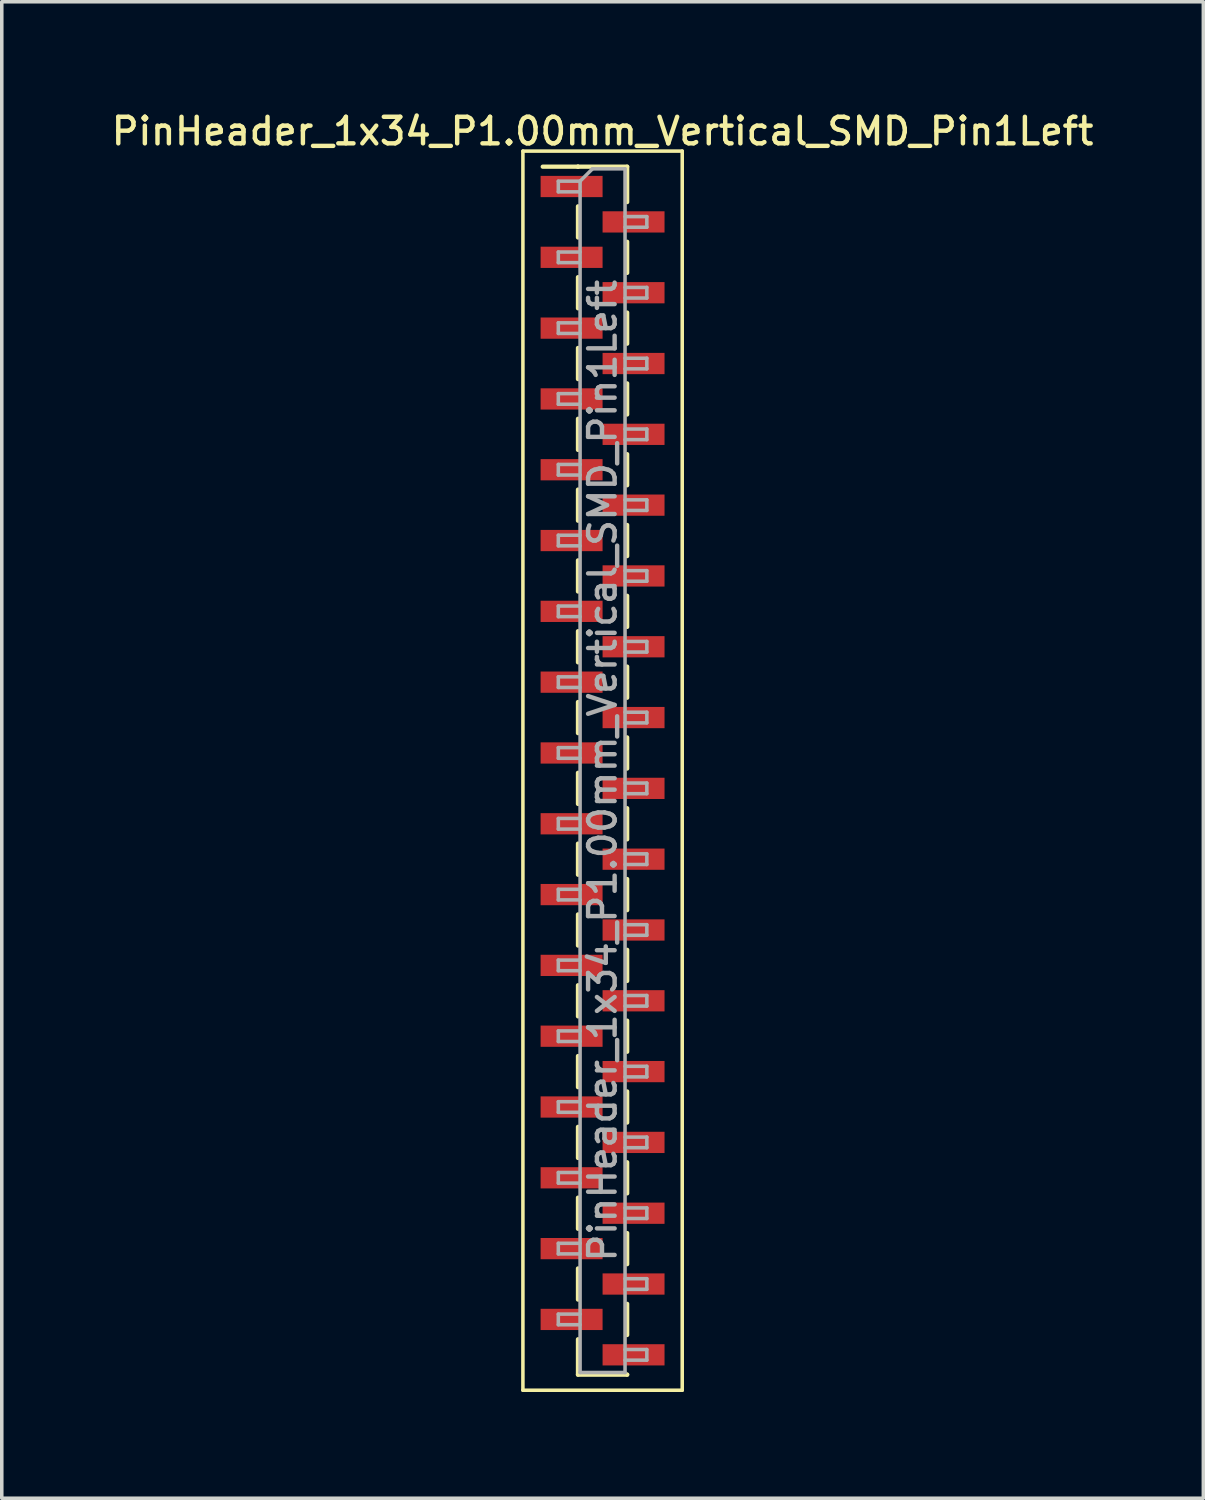
<source format=kicad_pcb>
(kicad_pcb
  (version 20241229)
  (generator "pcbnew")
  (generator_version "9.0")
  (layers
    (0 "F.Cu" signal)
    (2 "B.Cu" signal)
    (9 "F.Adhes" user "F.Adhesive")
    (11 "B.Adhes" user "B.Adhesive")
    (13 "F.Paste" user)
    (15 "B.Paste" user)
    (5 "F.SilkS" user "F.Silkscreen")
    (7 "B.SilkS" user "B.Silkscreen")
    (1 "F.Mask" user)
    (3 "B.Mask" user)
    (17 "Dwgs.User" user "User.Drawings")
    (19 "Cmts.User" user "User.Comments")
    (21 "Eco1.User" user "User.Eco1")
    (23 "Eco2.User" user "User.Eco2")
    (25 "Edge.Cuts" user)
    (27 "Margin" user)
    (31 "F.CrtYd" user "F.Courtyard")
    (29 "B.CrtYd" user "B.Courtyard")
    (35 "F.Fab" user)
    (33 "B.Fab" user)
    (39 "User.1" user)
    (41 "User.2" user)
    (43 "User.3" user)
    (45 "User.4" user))
  (footprint "PinHeader_1x34_P1.00mm_Vertical_SMD_Pin1Left"
    (layer "F.Cu")
    (at 13.97 18.718)
    (property "Reference" "PinHeader_1x34_P1.00mm_Vertical_SMD_Pin1Left" (at 0 -18.06 0) (layer "F.SilkS") (effects (font (size 0.75 0.75) (thickness 0.125))))
    (attr smd)
    (fp_line (start -2.25 -17.5) (end -2.25 17.5) (stroke (width 0.1) (type solid)) (layer "F.SilkS"))
    (fp_line (start -2.25 17.5) (end 2.25 17.5) (stroke (width 0.1) (type solid)) (layer "F.SilkS"))
    (fp_line (start -0.695 -17.06) (end -1.69 -17.06) (stroke (width 0.12) (type solid)) (layer "F.SilkS"))
    (fp_line (start -0.695 -17.06) (end -0.695 -17.06) (stroke (width 0.12) (type solid)) (layer "F.SilkS"))
    (fp_line (start -0.695 -17.06) (end 0.695 -17.06) (stroke (width 0.12) (type solid)) (layer "F.SilkS"))
    (fp_line (start -0.695 -15.94) (end -0.695 -15.06) (stroke (width 0.12) (type solid)) (layer "F.SilkS"))
    (fp_line (start -0.695 -13.94) (end -0.695 -13.06) (stroke (width 0.12) (type solid)) (layer "F.SilkS"))
    (fp_line (start -0.695 -11.94) (end -0.695 -11.06) (stroke (width 0.12) (type solid)) (layer "F.SilkS"))
    (fp_line (start -0.695 -9.94) (end -0.695 -9.06) (stroke (width 0.12) (type solid)) (layer "F.SilkS"))
    (fp_line (start -0.695 -7.94) (end -0.695 -7.06) (stroke (width 0.12) (type solid)) (layer "F.SilkS"))
    (fp_line (start -0.695 -5.94) (end -0.695 -5.06) (stroke (width 0.12) (type solid)) (layer "F.SilkS"))
    (fp_line (start -0.695 -3.94) (end -0.695 -3.06) (stroke (width 0.12) (type solid)) (layer "F.SilkS"))
    (fp_line (start -0.695 -1.94) (end -0.695 -1.06) (stroke (width 0.12) (type solid)) (layer "F.SilkS"))
    (fp_line (start -0.695 0.06) (end -0.695 0.94) (stroke (width 0.12) (type solid)) (layer "F.SilkS"))
    (fp_line (start -0.695 2.06) (end -0.695 2.94) (stroke (width 0.12) (type solid)) (layer "F.SilkS"))
    (fp_line (start -0.695 4.06) (end -0.695 4.94) (stroke (width 0.12) (type solid)) (layer "F.SilkS"))
    (fp_line (start -0.695 6.06) (end -0.695 6.94) (stroke (width 0.12) (type solid)) (layer "F.SilkS"))
    (fp_line (start -0.695 8.06) (end -0.695 8.94) (stroke (width 0.12) (type solid)) (layer "F.SilkS"))
    (fp_line (start -0.695 10.06) (end -0.695 10.94) (stroke (width 0.12) (type solid)) (layer "F.SilkS"))
    (fp_line (start -0.695 12.06) (end -0.695 12.94) (stroke (width 0.12) (type solid)) (layer "F.SilkS"))
    (fp_line (start -0.695 14.06) (end -0.695 14.94) (stroke (width 0.12) (type solid)) (layer "F.SilkS"))
    (fp_line (start -0.695 16.06) (end -0.695 17.06) (stroke (width 0.12) (type solid)) (layer "F.SilkS"))
    (fp_line (start -0.695 17.06) (end 0.695 17.06) (stroke (width 0.12) (type solid)) (layer "F.SilkS"))
    (fp_line (start 0.695 -17.06) (end 0.695 -16.06) (stroke (width 0.12) (type solid)) (layer "F.SilkS"))
    (fp_line (start 0.695 -14.94) (end 0.695 -14.06) (stroke (width 0.12) (type solid)) (layer "F.SilkS"))
    (fp_line (start 0.695 -12.94) (end 0.695 -12.06) (stroke (width 0.12) (type solid)) (layer "F.SilkS"))
    (fp_line (start 0.695 -10.94) (end 0.695 -10.06) (stroke (width 0.12) (type solid)) (layer "F.SilkS"))
    (fp_line (start 0.695 -8.94) (end 0.695 -8.06) (stroke (width 0.12) (type solid)) (layer "F.SilkS"))
    (fp_line (start 0.695 -6.94) (end 0.695 -6.06) (stroke (width 0.12) (type solid)) (layer "F.SilkS"))
    (fp_line (start 0.695 -4.94) (end 0.695 -4.06) (stroke (width 0.12) (type solid)) (layer "F.SilkS"))
    (fp_line (start 0.695 -2.94) (end 0.695 -2.06) (stroke (width 0.12) (type solid)) (layer "F.SilkS"))
    (fp_line (start 0.695 -0.94) (end 0.695 -0.06) (stroke (width 0.12) (type solid)) (layer "F.SilkS"))
    (fp_line (start 0.695 1.06) (end 0.695 1.94) (stroke (width 0.12) (type solid)) (layer "F.SilkS"))
    (fp_line (start 0.695 3.06) (end 0.695 3.94) (stroke (width 0.12) (type solid)) (layer "F.SilkS"))
    (fp_line (start 0.695 5.06) (end 0.695 5.94) (stroke (width 0.12) (type solid)) (layer "F.SilkS"))
    (fp_line (start 0.695 7.06) (end 0.695 7.94) (stroke (width 0.12) (type solid)) (layer "F.SilkS"))
    (fp_line (start 0.695 9.06) (end 0.695 9.94) (stroke (width 0.12) (type solid)) (layer "F.SilkS"))
    (fp_line (start 0.695 11.06) (end 0.695 11.94) (stroke (width 0.12) (type solid)) (layer "F.SilkS"))
    (fp_line (start 0.695 13.06) (end 0.695 13.94) (stroke (width 0.12) (type solid)) (layer "F.SilkS"))
    (fp_line (start 0.695 15.06) (end 0.695 15.94) (stroke (width 0.12) (type solid)) (layer "F.SilkS"))
    (fp_line (start 0.695 17.06) (end 0.695 17.06) (stroke (width 0.12) (type solid)) (layer "F.SilkS"))
    (fp_line (start 2.25 -17.5) (end -2.25 -17.5) (stroke (width 0.1) (type solid)) (layer "F.SilkS"))
    (fp_line (start 2.25 17.5) (end 2.25 -17.5) (stroke (width 0.1) (type solid)) (layer "F.SilkS"))
    (fp_line (start -1.25 -16.65) (end -1.25 -16.35) (stroke (width 0.1) (type solid)) (layer "F.Fab"))
    (fp_line (start -1.25 -16.35) (end -0.635 -16.35) (stroke (width 0.1) (type solid)) (layer "F.Fab"))
    (fp_line (start -1.25 -14.65) (end -1.25 -14.35) (stroke (width 0.1) (type solid)) (layer "F.Fab"))
    (fp_line (start -1.25 -14.35) (end -0.635 -14.35) (stroke (width 0.1) (type solid)) (layer "F.Fab"))
    (fp_line (start -1.25 -12.65) (end -1.25 -12.35) (stroke (width 0.1) (type solid)) (layer "F.Fab"))
    (fp_line (start -1.25 -12.35) (end -0.635 -12.35) (stroke (width 0.1) (type solid)) (layer "F.Fab"))
    (fp_line (start -1.25 -10.65) (end -1.25 -10.35) (stroke (width 0.1) (type solid)) (layer "F.Fab"))
    (fp_line (start -1.25 -10.35) (end -0.635 -10.35) (stroke (width 0.1) (type solid)) (layer "F.Fab"))
    (fp_line (start -1.25 -8.65) (end -1.25 -8.35) (stroke (width 0.1) (type solid)) (layer "F.Fab"))
    (fp_line (start -1.25 -8.35) (end -0.635 -8.35) (stroke (width 0.1) (type solid)) (layer "F.Fab"))
    (fp_line (start -1.25 -6.65) (end -1.25 -6.35) (stroke (width 0.1) (type solid)) (layer "F.Fab"))
    (fp_line (start -1.25 -6.35) (end -0.635 -6.35) (stroke (width 0.1) (type solid)) (layer "F.Fab"))
    (fp_line (start -1.25 -4.65) (end -1.25 -4.35) (stroke (width 0.1) (type solid)) (layer "F.Fab"))
    (fp_line (start -1.25 -4.35) (end -0.635 -4.35) (stroke (width 0.1) (type solid)) (layer "F.Fab"))
    (fp_line (start -1.25 -2.65) (end -1.25 -2.35) (stroke (width 0.1) (type solid)) (layer "F.Fab"))
    (fp_line (start -1.25 -2.35) (end -0.635 -2.35) (stroke (width 0.1) (type solid)) (layer "F.Fab"))
    (fp_line (start -1.25 -0.65) (end -1.25 -0.35) (stroke (width 0.1) (type solid)) (layer "F.Fab"))
    (fp_line (start -1.25 -0.35) (end -0.635 -0.35) (stroke (width 0.1) (type solid)) (layer "F.Fab"))
    (fp_line (start -1.25 1.35) (end -1.25 1.65) (stroke (width 0.1) (type solid)) (layer "F.Fab"))
    (fp_line (start -1.25 1.65) (end -0.635 1.65) (stroke (width 0.1) (type solid)) (layer "F.Fab"))
    (fp_line (start -1.25 3.35) (end -1.25 3.65) (stroke (width 0.1) (type solid)) (layer "F.Fab"))
    (fp_line (start -1.25 3.65) (end -0.635 3.65) (stroke (width 0.1) (type solid)) (layer "F.Fab"))
    (fp_line (start -1.25 5.35) (end -1.25 5.65) (stroke (width 0.1) (type solid)) (layer "F.Fab"))
    (fp_line (start -1.25 5.65) (end -0.635 5.65) (stroke (width 0.1) (type solid)) (layer "F.Fab"))
    (fp_line (start -1.25 7.35) (end -1.25 7.65) (stroke (width 0.1) (type solid)) (layer "F.Fab"))
    (fp_line (start -1.25 7.65) (end -0.635 7.65) (stroke (width 0.1) (type solid)) (layer "F.Fab"))
    (fp_line (start -1.25 9.35) (end -1.25 9.65) (stroke (width 0.1) (type solid)) (layer "F.Fab"))
    (fp_line (start -1.25 9.65) (end -0.635 9.65) (stroke (width 0.1) (type solid)) (layer "F.Fab"))
    (fp_line (start -1.25 11.35) (end -1.25 11.65) (stroke (width 0.1) (type solid)) (layer "F.Fab"))
    (fp_line (start -1.25 11.65) (end -0.635 11.65) (stroke (width 0.1) (type solid)) (layer "F.Fab"))
    (fp_line (start -1.25 13.35) (end -1.25 13.65) (stroke (width 0.1) (type solid)) (layer "F.Fab"))
    (fp_line (start -1.25 13.65) (end -0.635 13.65) (stroke (width 0.1) (type solid)) (layer "F.Fab"))
    (fp_line (start -1.25 15.35) (end -1.25 15.65) (stroke (width 0.1) (type solid)) (layer "F.Fab"))
    (fp_line (start -1.25 15.65) (end -0.635 15.65) (stroke (width 0.1) (type solid)) (layer "F.Fab"))
    (fp_line (start -0.635 -16.65) (end -1.25 -16.65) (stroke (width 0.1) (type solid)) (layer "F.Fab"))
    (fp_line (start -0.635 -16.65) (end -0.285 -17) (stroke (width 0.1) (type solid)) (layer "F.Fab"))
    (fp_line (start -0.635 -14.65) (end -1.25 -14.65) (stroke (width 0.1) (type solid)) (layer "F.Fab"))
    (fp_line (start -0.635 -12.65) (end -1.25 -12.65) (stroke (width 0.1) (type solid)) (layer "F.Fab"))
    (fp_line (start -0.635 -10.65) (end -1.25 -10.65) (stroke (width 0.1) (type solid)) (layer "F.Fab"))
    (fp_line (start -0.635 -8.65) (end -1.25 -8.65) (stroke (width 0.1) (type solid)) (layer "F.Fab"))
    (fp_line (start -0.635 -6.65) (end -1.25 -6.65) (stroke (width 0.1) (type solid)) (layer "F.Fab"))
    (fp_line (start -0.635 -4.65) (end -1.25 -4.65) (stroke (width 0.1) (type solid)) (layer "F.Fab"))
    (fp_line (start -0.635 -2.65) (end -1.25 -2.65) (stroke (width 0.1) (type solid)) (layer "F.Fab"))
    (fp_line (start -0.635 -0.65) (end -1.25 -0.65) (stroke (width 0.1) (type solid)) (layer "F.Fab"))
    (fp_line (start -0.635 1.35) (end -1.25 1.35) (stroke (width 0.1) (type solid)) (layer "F.Fab"))
    (fp_line (start -0.635 3.35) (end -1.25 3.35) (stroke (width 0.1) (type solid)) (layer "F.Fab"))
    (fp_line (start -0.635 5.35) (end -1.25 5.35) (stroke (width 0.1) (type solid)) (layer "F.Fab"))
    (fp_line (start -0.635 7.35) (end -1.25 7.35) (stroke (width 0.1) (type solid)) (layer "F.Fab"))
    (fp_line (start -0.635 9.35) (end -1.25 9.35) (stroke (width 0.1) (type solid)) (layer "F.Fab"))
    (fp_line (start -0.635 11.35) (end -1.25 11.35) (stroke (width 0.1) (type solid)) (layer "F.Fab"))
    (fp_line (start -0.635 13.35) (end -1.25 13.35) (stroke (width 0.1) (type solid)) (layer "F.Fab"))
    (fp_line (start -0.635 15.35) (end -1.25 15.35) (stroke (width 0.1) (type solid)) (layer "F.Fab"))
    (fp_line (start -0.635 17) (end -0.635 -16.65) (stroke (width 0.1) (type solid)) (layer "F.Fab"))
    (fp_line (start -0.285 -17) (end 0.635 -17) (stroke (width 0.1) (type solid)) (layer "F.Fab"))
    (fp_line (start 0.635 -17) (end 0.635 17) (stroke (width 0.1) (type solid)) (layer "F.Fab"))
    (fp_line (start 0.635 -15.65) (end 1.25 -15.65) (stroke (width 0.1) (type solid)) (layer "F.Fab"))
    (fp_line (start 0.635 -13.65) (end 1.25 -13.65) (stroke (width 0.1) (type solid)) (layer "F.Fab"))
    (fp_line (start 0.635 -11.65) (end 1.25 -11.65) (stroke (width 0.1) (type solid)) (layer "F.Fab"))
    (fp_line (start 0.635 -9.65) (end 1.25 -9.65) (stroke (width 0.1) (type solid)) (layer "F.Fab"))
    (fp_line (start 0.635 -7.65) (end 1.25 -7.65) (stroke (width 0.1) (type solid)) (layer "F.Fab"))
    (fp_line (start 0.635 -5.65) (end 1.25 -5.65) (stroke (width 0.1) (type solid)) (layer "F.Fab"))
    (fp_line (start 0.635 -3.65) (end 1.25 -3.65) (stroke (width 0.1) (type solid)) (layer "F.Fab"))
    (fp_line (start 0.635 -1.65) (end 1.25 -1.65) (stroke (width 0.1) (type solid)) (layer "F.Fab"))
    (fp_line (start 0.635 0.35) (end 1.25 0.35) (stroke (width 0.1) (type solid)) (layer "F.Fab"))
    (fp_line (start 0.635 2.35) (end 1.25 2.35) (stroke (width 0.1) (type solid)) (layer "F.Fab"))
    (fp_line (start 0.635 4.35) (end 1.25 4.35) (stroke (width 0.1) (type solid)) (layer "F.Fab"))
    (fp_line (start 0.635 6.35) (end 1.25 6.35) (stroke (width 0.1) (type solid)) (layer "F.Fab"))
    (fp_line (start 0.635 8.35) (end 1.25 8.35) (stroke (width 0.1) (type solid)) (layer "F.Fab"))
    (fp_line (start 0.635 10.35) (end 1.25 10.35) (stroke (width 0.1) (type solid)) (layer "F.Fab"))
    (fp_line (start 0.635 12.35) (end 1.25 12.35) (stroke (width 0.1) (type solid)) (layer "F.Fab"))
    (fp_line (start 0.635 14.35) (end 1.25 14.35) (stroke (width 0.1) (type solid)) (layer "F.Fab"))
    (fp_line (start 0.635 16.35) (end 1.25 16.35) (stroke (width 0.1) (type solid)) (layer "F.Fab"))
    (fp_line (start 0.635 17) (end -0.635 17) (stroke (width 0.1) (type solid)) (layer "F.Fab"))
    (fp_line (start 1.25 -15.65) (end 1.25 -15.35) (stroke (width 0.1) (type solid)) (layer "F.Fab"))
    (fp_line (start 1.25 -15.35) (end 0.635 -15.35) (stroke (width 0.1) (type solid)) (layer "F.Fab"))
    (fp_line (start 1.25 -13.65) (end 1.25 -13.35) (stroke (width 0.1) (type solid)) (layer "F.Fab"))
    (fp_line (start 1.25 -13.35) (end 0.635 -13.35) (stroke (width 0.1) (type solid)) (layer "F.Fab"))
    (fp_line (start 1.25 -11.65) (end 1.25 -11.35) (stroke (width 0.1) (type solid)) (layer "F.Fab"))
    (fp_line (start 1.25 -11.35) (end 0.635 -11.35) (stroke (width 0.1) (type solid)) (layer "F.Fab"))
    (fp_line (start 1.25 -9.65) (end 1.25 -9.35) (stroke (width 0.1) (type solid)) (layer "F.Fab"))
    (fp_line (start 1.25 -9.35) (end 0.635 -9.35) (stroke (width 0.1) (type solid)) (layer "F.Fab"))
    (fp_line (start 1.25 -7.65) (end 1.25 -7.35) (stroke (width 0.1) (type solid)) (layer "F.Fab"))
    (fp_line (start 1.25 -7.35) (end 0.635 -7.35) (stroke (width 0.1) (type solid)) (layer "F.Fab"))
    (fp_line (start 1.25 -5.65) (end 1.25 -5.35) (stroke (width 0.1) (type solid)) (layer "F.Fab"))
    (fp_line (start 1.25 -5.35) (end 0.635 -5.35) (stroke (width 0.1) (type solid)) (layer "F.Fab"))
    (fp_line (start 1.25 -3.65) (end 1.25 -3.35) (stroke (width 0.1) (type solid)) (layer "F.Fab"))
    (fp_line (start 1.25 -3.35) (end 0.635 -3.35) (stroke (width 0.1) (type solid)) (layer "F.Fab"))
    (fp_line (start 1.25 -1.65) (end 1.25 -1.35) (stroke (width 0.1) (type solid)) (layer "F.Fab"))
    (fp_line (start 1.25 -1.35) (end 0.635 -1.35) (stroke (width 0.1) (type solid)) (layer "F.Fab"))
    (fp_line (start 1.25 0.35) (end 1.25 0.65) (stroke (width 0.1) (type solid)) (layer "F.Fab"))
    (fp_line (start 1.25 0.65) (end 0.635 0.65) (stroke (width 0.1) (type solid)) (layer "F.Fab"))
    (fp_line (start 1.25 2.35) (end 1.25 2.65) (stroke (width 0.1) (type solid)) (layer "F.Fab"))
    (fp_line (start 1.25 2.65) (end 0.635 2.65) (stroke (width 0.1) (type solid)) (layer "F.Fab"))
    (fp_line (start 1.25 4.35) (end 1.25 4.65) (stroke (width 0.1) (type solid)) (layer "F.Fab"))
    (fp_line (start 1.25 4.65) (end 0.635 4.65) (stroke (width 0.1) (type solid)) (layer "F.Fab"))
    (fp_line (start 1.25 6.35) (end 1.25 6.65) (stroke (width 0.1) (type solid)) (layer "F.Fab"))
    (fp_line (start 1.25 6.65) (end 0.635 6.65) (stroke (width 0.1) (type solid)) (layer "F.Fab"))
    (fp_line (start 1.25 8.35) (end 1.25 8.65) (stroke (width 0.1) (type solid)) (layer "F.Fab"))
    (fp_line (start 1.25 8.65) (end 0.635 8.65) (stroke (width 0.1) (type solid)) (layer "F.Fab"))
    (fp_line (start 1.25 10.35) (end 1.25 10.65) (stroke (width 0.1) (type solid)) (layer "F.Fab"))
    (fp_line (start 1.25 10.65) (end 0.635 10.65) (stroke (width 0.1) (type solid)) (layer "F.Fab"))
    (fp_line (start 1.25 12.35) (end 1.25 12.65) (stroke (width 0.1) (type solid)) (layer "F.Fab"))
    (fp_line (start 1.25 12.65) (end 0.635 12.65) (stroke (width 0.1) (type solid)) (layer "F.Fab"))
    (fp_line (start 1.25 14.35) (end 1.25 14.65) (stroke (width 0.1) (type solid)) (layer "F.Fab"))
    (fp_line (start 1.25 14.65) (end 0.635 14.65) (stroke (width 0.1) (type solid)) (layer "F.Fab"))
    (fp_line (start 1.25 16.35) (end 1.25 16.65) (stroke (width 0.1) (type solid)) (layer "F.Fab"))
    (fp_line (start 1.25 16.65) (end 0.635 16.65) (stroke (width 0.1) (type solid)) (layer "F.Fab"))
    (fp_text user "${REFERENCE}" (at 0 0 90) (layer "F.Fab") (effects (font (size 0.75 0.75) (thickness 0.125))))
    (pad "1" smd rect (at -0.875 -16.5) (size 1.75 0.6) (layers "F.Cu" "F.Mask" "F.Paste"))
    (pad "2" smd rect (at 0.875 -15.5) (size 1.75 0.6) (layers "F.Cu" "F.Mask" "F.Paste"))
    (pad "3" smd rect (at -0.875 -14.5) (size 1.75 0.6) (layers "F.Cu" "F.Mask" "F.Paste"))
    (pad "4" smd rect (at 0.875 -13.5) (size 1.75 0.6) (layers "F.Cu" "F.Mask" "F.Paste"))
    (pad "5" smd rect (at -0.875 -12.5) (size 1.75 0.6) (layers "F.Cu" "F.Mask" "F.Paste"))
    (pad "6" smd rect (at 0.875 -11.5) (size 1.75 0.6) (layers "F.Cu" "F.Mask" "F.Paste"))
    (pad "7" smd rect (at -0.875 -10.5) (size 1.75 0.6) (layers "F.Cu" "F.Mask" "F.Paste"))
    (pad "8" smd rect (at 0.875 -9.5) (size 1.75 0.6) (layers "F.Cu" "F.Mask" "F.Paste"))
    (pad "9" smd rect (at -0.875 -8.5) (size 1.75 0.6) (layers "F.Cu" "F.Mask" "F.Paste"))
    (pad "10" smd rect (at 0.875 -7.5) (size 1.75 0.6) (layers "F.Cu" "F.Mask" "F.Paste"))
    (pad "11" smd rect (at -0.875 -6.5) (size 1.75 0.6) (layers "F.Cu" "F.Mask" "F.Paste"))
    (pad "12" smd rect (at 0.875 -5.5) (size 1.75 0.6) (layers "F.Cu" "F.Mask" "F.Paste"))
    (pad "13" smd rect (at -0.875 -4.5) (size 1.75 0.6) (layers "F.Cu" "F.Mask" "F.Paste"))
    (pad "14" smd rect (at 0.875 -3.5) (size 1.75 0.6) (layers "F.Cu" "F.Mask" "F.Paste"))
    (pad "15" smd rect (at -0.875 -2.5) (size 1.75 0.6) (layers "F.Cu" "F.Mask" "F.Paste"))
    (pad "16" smd rect (at 0.875 -1.5) (size 1.75 0.6) (layers "F.Cu" "F.Mask" "F.Paste"))
    (pad "17" smd rect (at -0.875 -0.5) (size 1.75 0.6) (layers "F.Cu" "F.Mask" "F.Paste"))
    (pad "18" smd rect (at 0.875 0.5) (size 1.75 0.6) (layers "F.Cu" "F.Mask" "F.Paste"))
    (pad "19" smd rect (at -0.875 1.5) (size 1.75 0.6) (layers "F.Cu" "F.Mask" "F.Paste"))
    (pad "20" smd rect (at 0.875 2.5) (size 1.75 0.6) (layers "F.Cu" "F.Mask" "F.Paste"))
    (pad "21" smd rect (at -0.875 3.5) (size 1.75 0.6) (layers "F.Cu" "F.Mask" "F.Paste"))
    (pad "22" smd rect (at 0.875 4.5) (size 1.75 0.6) (layers "F.Cu" "F.Mask" "F.Paste"))
    (pad "23" smd rect (at -0.875 5.5) (size 1.75 0.6) (layers "F.Cu" "F.Mask" "F.Paste"))
    (pad "24" smd rect (at 0.875 6.5) (size 1.75 0.6) (layers "F.Cu" "F.Mask" "F.Paste"))
    (pad "25" smd rect (at -0.875 7.5) (size 1.75 0.6) (layers "F.Cu" "F.Mask" "F.Paste"))
    (pad "26" smd rect (at 0.875 8.5) (size 1.75 0.6) (layers "F.Cu" "F.Mask" "F.Paste"))
    (pad "27" smd rect (at -0.875 9.5) (size 1.75 0.6) (layers "F.Cu" "F.Mask" "F.Paste"))
    (pad "28" smd rect (at 0.875 10.5) (size 1.75 0.6) (layers "F.Cu" "F.Mask" "F.Paste"))
    (pad "29" smd rect (at -0.875 11.5) (size 1.75 0.6) (layers "F.Cu" "F.Mask" "F.Paste"))
    (pad "30" smd rect (at 0.875 12.5) (size 1.75 0.6) (layers "F.Cu" "F.Mask" "F.Paste"))
    (pad "31" smd rect (at -0.875 13.5) (size 1.75 0.6) (layers "F.Cu" "F.Mask" "F.Paste"))
    (pad "32" smd rect (at 0.875 14.5) (size 1.75 0.6) (layers "F.Cu" "F.Mask" "F.Paste"))
    (pad "33" smd rect (at -0.875 15.5) (size 1.75 0.6) (layers "F.Cu" "F.Mask" "F.Paste"))
    (pad "34" smd rect (at 0.875 16.5) (size 1.75 0.6) (layers "F.Cu" "F.Mask" "F.Paste")))
  (gr_rect
    (start -3 -3)
    (end 30.939 39.268)
    (stroke (width 0.1) (type default))
    (fill no)
    (layer "Edge.Cuts")))
</source>
